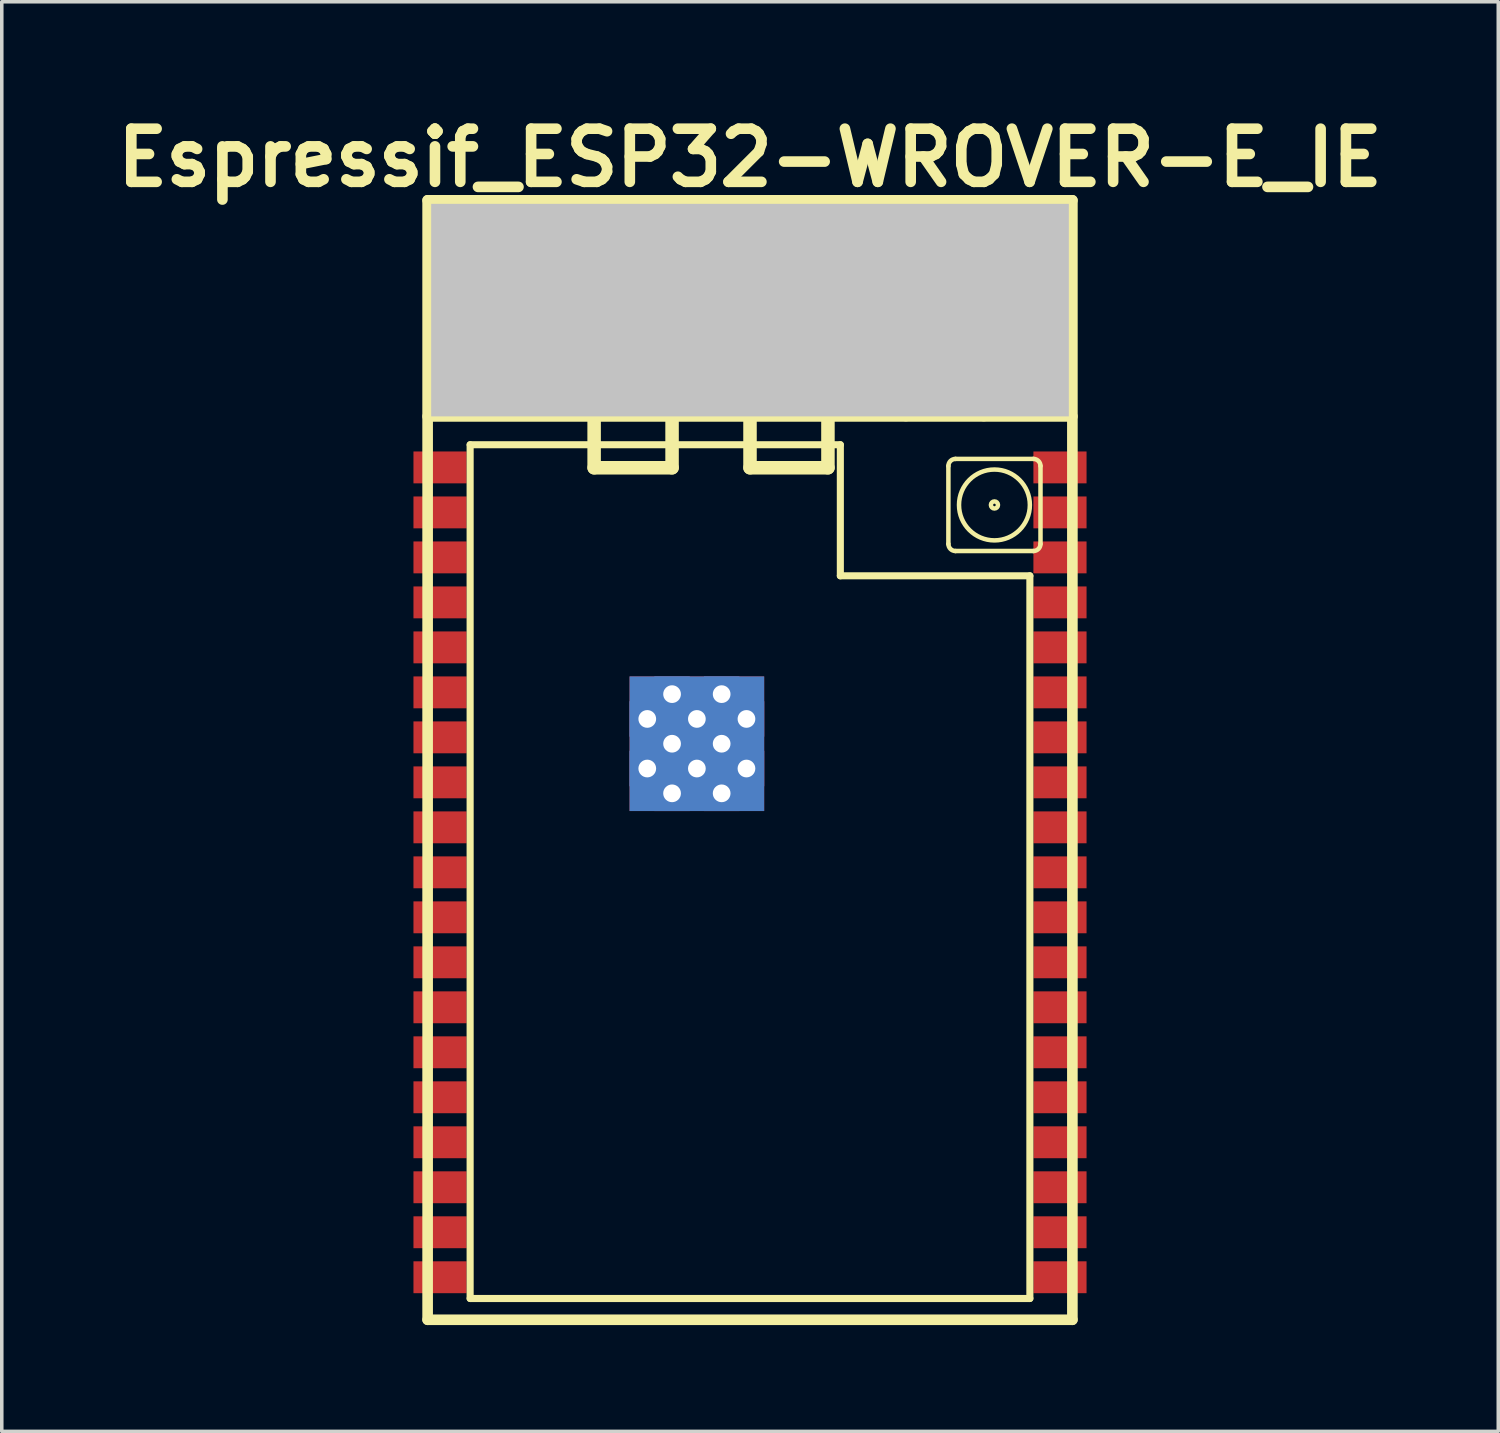
<source format=kicad_pcb>
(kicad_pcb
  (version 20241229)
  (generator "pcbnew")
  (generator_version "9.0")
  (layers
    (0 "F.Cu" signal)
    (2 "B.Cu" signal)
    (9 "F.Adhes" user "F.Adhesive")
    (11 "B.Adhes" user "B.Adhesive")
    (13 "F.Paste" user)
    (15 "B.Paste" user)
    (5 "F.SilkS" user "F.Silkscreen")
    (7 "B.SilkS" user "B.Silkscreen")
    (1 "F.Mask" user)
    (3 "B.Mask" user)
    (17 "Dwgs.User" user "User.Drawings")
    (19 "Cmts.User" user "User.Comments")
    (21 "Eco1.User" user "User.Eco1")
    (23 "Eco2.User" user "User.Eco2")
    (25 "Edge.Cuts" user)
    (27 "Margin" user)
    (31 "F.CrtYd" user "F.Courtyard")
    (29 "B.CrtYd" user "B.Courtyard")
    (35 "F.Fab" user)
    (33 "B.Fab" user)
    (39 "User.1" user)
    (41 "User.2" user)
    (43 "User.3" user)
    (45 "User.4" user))
  (footprint "Espressif_ESP32-WROVER-E_IE"
    (layer "F.Cu")
    (at 18.121 18.404)
    (property "Reference" "Espressif_ESP32-WROVER-E_IE" (at 0 -17 0) (layer "F.SilkS") (effects (font (size 1.5 1.5) (thickness 0.3))))
    (attr smd)
    (fp_line (start -9.1 -15.8) (end 9.1 -15.8) (stroke (width 0.3) (type solid)) (layer "F.SilkS"))
    (fp_line (start -9.1 -9.7) (end 9.1 -9.7) (stroke (width 0.3) (type solid)) (layer "F.SilkS"))
    (fp_line (start -9.1 15.8) (end -9.1 -15.8) (stroke (width 0.3) (type solid)) (layer "F.SilkS"))
    (fp_line (start -7.9 -8.9) (end -7.9 15.2) (stroke (width 0.2) (type solid)) (layer "F.SilkS"))
    (fp_line (start -6.6 -14.25) (end -6.6 -10.55) (stroke (width 0.381) (type solid)) (layer "F.SilkS"))
    (fp_line (start -6.6 -14.25) (end -4.4 -14.25) (stroke (width 0.381) (type solid)) (layer "F.SilkS"))
    (fp_line (start -4.4 -14.25) (end -4.4 -8.25) (stroke (width 0.381) (type solid)) (layer "F.SilkS"))
    (fp_line (start -2.2 -14.25) (end -2.2 -8.25) (stroke (width 0.381) (type solid)) (layer "F.SilkS"))
    (fp_line (start -2.2 -14.25) (end 0 -14.25) (stroke (width 0.381) (type solid)) (layer "F.SilkS"))
    (fp_line (start -2.2 -8.25) (end -4.4 -8.25) (stroke (width 0.381) (type solid)) (layer "F.SilkS"))
    (fp_line (start 0 -14.25) (end 0 -8.25) (stroke (width 0.381) (type solid)) (layer "F.SilkS"))
    (fp_line (start 2.2 -14.25) (end 2.2 -8.25) (stroke (width 0.381) (type solid)) (layer "F.SilkS"))
    (fp_line (start 2.2 -8.25) (end 0 -8.25) (stroke (width 0.381) (type solid)) (layer "F.SilkS"))
    (fp_line (start 2.55 -8.9) (end -7.9 -8.9) (stroke (width 0.2) (type solid)) (layer "F.SilkS"))
    (fp_line (start 2.55 -8.9) (end 2.55 -5.2) (stroke (width 0.2) (type solid)) (layer "F.SilkS"))
    (fp_line (start 4.4 -14.25) (end 4.4 -9.75) (stroke (width 0.381) (type solid)) (layer "F.SilkS"))
    (fp_line (start 5.6 -6.1) (end 5.6 -8.3) (stroke (width 0.127) (type solid)) (layer "F.SilkS"))
    (fp_line (start 5.8 -8.5) (end 8 -8.5) (stroke (width 0.127) (type solid)) (layer "F.SilkS"))
    (fp_line (start 6.6 -14.25) (end 2.2 -14.25) (stroke (width 0.381) (type solid)) (layer "F.SilkS"))
    (fp_line (start 6.6 -14.25) (end 6.6 -9.75) (stroke (width 0.381) (type solid)) (layer "F.SilkS"))
    (fp_line (start 7.9 -5.2) (end 2.55 -5.2) (stroke (width 0.2) (type solid)) (layer "F.SilkS"))
    (fp_line (start 7.9 -5.2) (end 7.9 15.2) (stroke (width 0.2) (type solid)) (layer "F.SilkS"))
    (fp_line (start 7.9 15.2) (end -7.9 15.2) (stroke (width 0.2) (type solid)) (layer "F.SilkS"))
    (fp_line (start 8 -5.9) (end 5.8 -5.9) (stroke (width 0.127) (type solid)) (layer "F.SilkS"))
    (fp_line (start 8.2 -8.3) (end 8.2 -6.1) (stroke (width 0.127) (type solid)) (layer "F.SilkS"))
    (fp_line (start 9.1 15.8) (end -9.1 15.8) (stroke (width 0.3) (type solid)) (layer "F.SilkS"))
    (fp_line (start 9.1 15.8) (end 9.1 -15.8) (stroke (width 0.3) (type solid)) (layer "F.SilkS"))
    (fp_arc (start 5.6 -8.3) (mid 5.658579 -8.441421) (end 5.8 -8.5) (stroke (width 0.127) (type solid)) (layer "F.SilkS"))
    (fp_arc (start 5.8 -5.9) (mid 5.658579 -5.958579) (end 5.6 -6.1) (stroke (width 0.127) (type solid)) (layer "F.SilkS"))
    (fp_arc (start 8 -8.5) (mid 8.141421 -8.441421) (end 8.2 -8.3) (stroke (width 0.127) (type solid)) (layer "F.SilkS"))
    (fp_arc (start 8.2 -6.1) (mid 8.141421 -5.958579) (end 8 -5.9) (stroke (width 0.127) (type solid)) (layer "F.SilkS"))
    (fp_circle (center 6.9 -7.2) (end 5.9 -7.2) (stroke (width 0.127) (type solid)) (fill no) (layer "F.SilkS"))
    (fp_circle (center 6.9 -7.2) (end 6.8 -7.2) (stroke (width 0.127) (type solid)) (fill no) (layer "F.SilkS"))
    (pad "" smd rect (at 0 -12.7) (size 18 6) (layers "Dwgs.User"))
    (pad "1" smd rect (at -8.75 -8.26) (size 1.5 0.9) (layers "F.Cu" "F.Mask" "F.Paste"))
    (pad "2" smd rect (at -8.75 -6.99) (size 1.5 0.9) (layers "F.Cu" "F.Mask" "F.Paste"))
    (pad "3" smd rect (at -8.75 -5.72) (size 1.5 0.9) (layers "F.Cu" "F.Mask" "F.Paste"))
    (pad "4" smd rect (at -8.75 -4.45) (size 1.5 0.9) (layers "F.Cu" "F.Mask" "F.Paste"))
    (pad "5" smd rect (at -8.75 -3.18) (size 1.5 0.9) (layers "F.Cu" "F.Mask" "F.Paste"))
    (pad "6" smd rect (at -8.75 -1.91) (size 1.5 0.9) (layers "F.Cu" "F.Mask" "F.Paste"))
    (pad "7" smd rect (at -8.75 -0.64) (size 1.5 0.9) (layers "F.Cu" "F.Mask" "F.Paste"))
    (pad "8" smd rect (at -8.75 0.63) (size 1.5 0.9) (layers "F.Cu" "F.Mask" "F.Paste"))
    (pad "9" smd rect (at -8.75 1.9) (size 1.5 0.9) (layers "F.Cu" "F.Mask" "F.Paste"))
    (pad "10" smd rect (at -8.75 3.17) (size 1.5 0.9) (layers "F.Cu" "F.Mask" "F.Paste"))
    (pad "11" smd rect (at -8.75 4.44) (size 1.5 0.9) (layers "F.Cu" "F.Mask" "F.Paste"))
    (pad "12" smd rect (at -8.75 5.71) (size 1.5 0.9) (layers "F.Cu" "F.Mask" "F.Paste"))
    (pad "13" smd rect (at -8.75 6.98) (size 1.5 0.9) (layers "F.Cu" "F.Mask" "F.Paste"))
    (pad "14" smd rect (at -8.75 8.25 180) (size 1.5 0.9) (layers "F.Cu" "F.Mask" "F.Paste"))
    (pad "15" smd rect (at -8.75 9.52 180) (size 1.5 0.9) (layers "F.Cu" "F.Mask" "F.Paste"))
    (pad "16" smd rect (at -8.75 10.79 180) (size 1.5 0.9) (layers "F.Cu" "F.Mask" "F.Paste"))
    (pad "17" smd rect (at -8.75 12.06 180) (size 1.5 0.9) (layers "F.Cu" "F.Mask" "F.Paste"))
    (pad "18" smd rect (at -8.75 13.33 180) (size 1.5 0.9) (layers "F.Cu" "F.Mask" "F.Paste"))
    (pad "19" smd rect (at -8.75 14.6 180) (size 1.5 0.9) (layers "F.Cu" "F.Mask" "F.Paste"))
    (pad "20" smd rect (at 8.75 14.6 180) (size 1.5 0.9) (layers "F.Cu" "F.Mask" "F.Paste"))
    (pad "21" smd rect (at 8.75 13.33 180) (size 1.5 0.9) (layers "F.Cu" "F.Mask" "F.Paste"))
    (pad "22" smd rect (at 8.75 12.06 180) (size 1.5 0.9) (layers "F.Cu" "F.Mask" "F.Paste"))
    (pad "23" smd rect (at 8.75 10.79 180) (size 1.5 0.9) (layers "F.Cu" "F.Mask" "F.Paste"))
    (pad "24" smd rect (at 8.75 9.52 180) (size 1.5 0.9) (layers "F.Cu" "F.Mask" "F.Paste"))
    (pad "25" smd rect (at 8.75 8.25) (size 1.5 0.9) (layers "F.Cu" "F.Mask" "F.Paste"))
    (pad "26" smd rect (at 8.75 6.98) (size 1.5 0.9) (layers "F.Cu" "F.Mask" "F.Paste"))
    (pad "27" smd rect (at 8.75 5.71) (size 1.5 0.9) (layers "F.Cu" "F.Mask" "F.Paste"))
    (pad "28" smd rect (at 8.75 4.44) (size 1.5 0.9) (layers "F.Cu" "F.Mask" "F.Paste"))
    (pad "29" smd rect (at 8.75 3.17) (size 1.5 0.9) (layers "F.Cu" "F.Mask" "F.Paste"))
    (pad "30" smd rect (at 8.75 1.9) (size 1.5 0.9) (layers "F.Cu" "F.Mask" "F.Paste"))
    (pad "31" smd rect (at 8.75 0.63) (size 1.5 0.9) (layers "F.Cu" "F.Mask" "F.Paste"))
    (pad "32" smd rect (at 8.75 -0.64) (size 1.5 0.9) (layers "F.Cu" "F.Mask" "F.Paste"))
    (pad "33" smd rect (at 8.75 -1.91) (size 1.5 0.9) (layers "F.Cu" "F.Mask" "F.Paste"))
    (pad "34" smd rect (at 8.75 -3.18) (size 1.5 0.9) (layers "F.Cu" "F.Mask" "F.Paste"))
    (pad "35" smd rect (at 8.75 -4.45) (size 1.5 0.9) (layers "F.Cu" "F.Mask" "F.Paste"))
    (pad "36" smd rect (at 8.75 -5.72) (size 1.5 0.9) (layers "F.Cu" "F.Mask" "F.Paste"))
    (pad "37" smd rect (at 8.75 -6.99) (size 1.5 0.9) (layers "F.Cu" "F.Mask" "F.Paste"))
    (pad "38" smd rect (at 8.75 -8.26) (size 1.5 0.9) (layers "F.Cu" "F.Mask" "F.Paste"))
    (pad "39" smd rect (at -2.9 -1.86) (size 0.9 0.9) (layers "F.Cu" "F.Mask" "F.Paste"))
    (pad "39" thru_hole rect (at -2.9 -1.16) (size 1 1) (drill 0.5) (layers "*.Cu"))
    (pad "39" smd rect (at -2.9 -0.46) (size 0.9 0.9) (layers "F.Cu" "F.Mask" "F.Paste"))
    (pad "39" thru_hole rect (at -2.9 0.24) (size 1 1) (drill 0.5) (layers "*.Cu"))
    (pad "39" smd rect (at -2.9 0.94) (size 0.9 0.9) (layers "F.Cu" "F.Mask" "F.Paste"))
    (pad "39" thru_hole rect (at -2.2 -1.86) (size 1 1) (drill 0.5) (layers "*.Cu"))
    (pad "39" thru_hole rect (at -2.2 -0.46) (size 1 1) (drill 0.5) (layers "*.Cu"))
    (pad "39" thru_hole rect (at -2.2 0.94) (size 1 1) (drill 0.5) (layers "*.Cu"))
    (pad "39" smd rect (at -1.5 -1.86) (size 0.9 0.9) (layers "F.Cu" "F.Mask" "F.Paste"))
    (pad "39" thru_hole rect (at -1.5 -1.16) (size 1 1) (drill 0.5) (layers "*.Cu"))
    (pad "39" smd rect (at -1.5 -0.46) (size 0.9 0.9) (layers "F.Cu" "F.Mask" "F.Paste"))
    (pad "39" smd rect (at -1.5 -0.46) (size 3.8 3.8) (layers "F.Cu"))
    (pad "39" smd rect (at -1.5 -0.46) (size 3.8 3.8) (layers "B.Cu"))
    (pad "39" thru_hole rect (at -1.5 0.24) (size 1 1) (drill 0.5) (layers "*.Cu"))
    (pad "39" smd rect (at -1.5 0.94) (size 0.9 0.9) (layers "F.Cu" "F.Mask" "F.Paste"))
    (pad "39" thru_hole rect (at -0.8 -1.86) (size 1 1) (drill 0.5) (layers "*.Cu"))
    (pad "39" thru_hole rect (at -0.8 -0.46) (size 1 1) (drill 0.5) (layers "*.Cu"))
    (pad "39" thru_hole rect (at -0.8 0.94) (size 1 1) (drill 0.5) (layers "*.Cu"))
    (pad "39" smd rect (at -0.1 -1.86) (size 0.9 0.9) (layers "F.Cu" "F.Mask" "F.Paste"))
    (pad "39" thru_hole rect (at -0.1 -1.16) (size 1 1) (drill 0.5) (layers "*.Cu"))
    (pad "39" smd rect (at -0.1 -0.46) (size 0.9 0.9) (layers "F.Cu" "F.Mask" "F.Paste"))
    (pad "39" thru_hole rect (at -0.1 0.24) (size 1 1) (drill 0.5) (layers "*.Cu"))
    (pad "39" smd rect (at -0.1 0.94) (size 0.9 0.9) (layers "F.Cu" "F.Mask" "F.Paste")))
  (gr_rect
    (start -3 -3)
    (end 39.243 37.354)
    (stroke (width 0.1) (type default))
    (fill no)
    (layer "Edge.Cuts")))
</source>
